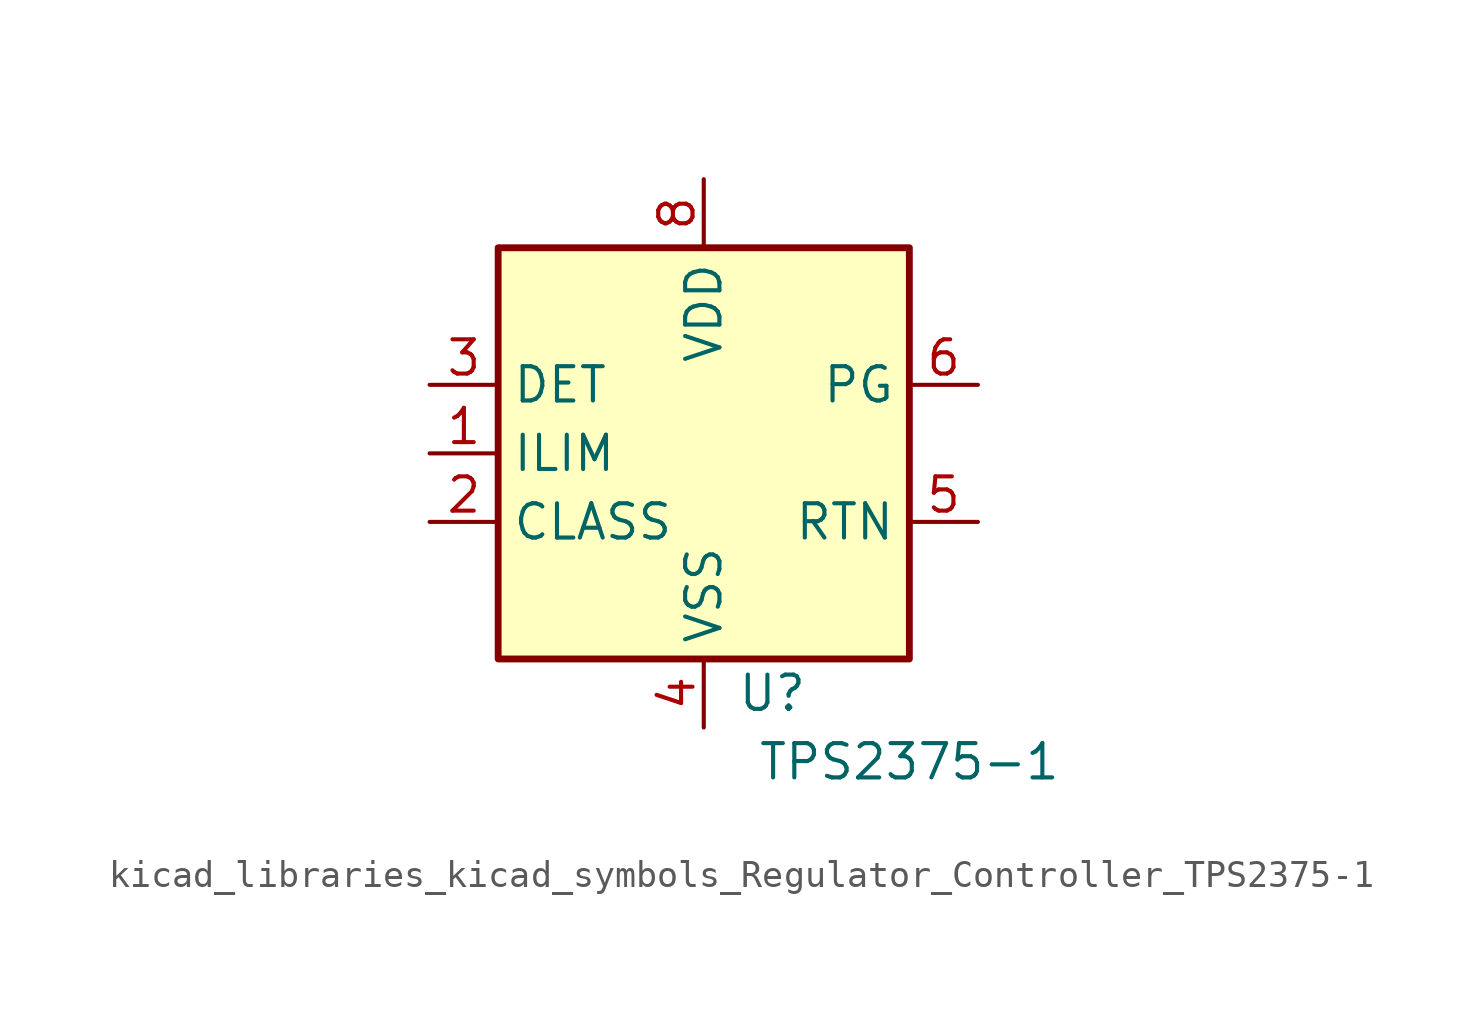
<source format=kicad_sym>
(kicad_symbol_lib
  (version 20220914)
  (generator kicad_symbol_editor)
  (symbol "kicad_libraries_kicad_symbols_Regulator_Controller_TPS2375-1"
    (property "Reference" "U"
      (at 2.54 -8.89 0)
      (effects (font (size 1.27 1.27))))
    (property "Value" "TPS2375-1"
      (at 7.62 -11.43 0)
      (effects (font (size 1.27 1.27))))
    (symbol "kicad_libraries_kicad_symbols_Regulator_Controller_TPS2375-1_0_1"
      (rectangle (start -7.62 7.62) (end 7.62 -7.62) (stroke (width 0.254) (type default)) (fill (type background))))
    (symbol "kicad_libraries_kicad_symbols_Regulator_Controller_TPS2375-1_1_1"
      (pin passive line (at -10.16 0 0) (length 2.54) (name "ILIM" (effects (font (size 1.27 1.27)))) (number "1" (effects (font (size 1.27 1.27)))))
      (pin passive line (at -10.16 -2.54 0) (length 2.54) (name "CLASS" (effects (font (size 1.27 1.27)))) (number "2" (effects (font (size 1.27 1.27)))))
      (pin passive line (at -10.16 2.54 0) (length 2.54) (name "DET" (effects (font (size 1.27 1.27)))) (number "3" (effects (font (size 1.27 1.27)))))
      (pin power_in line (at 0 -10.16 90) (length 2.54) (name "VSS" (effects (font (size 1.27 1.27)))) (number "4" (effects (font (size 1.27 1.27)))))
      (pin power_out line (at 10.16 -2.54 180) (length 2.54) (name "RTN" (effects (font (size 1.27 1.27)))) (number "5" (effects (font (size 1.27 1.27)))))
      (pin open_collector line (at 10.16 2.54 180) (length 2.54) (name "PG" (effects (font (size 1.27 1.27)))) (number "6" (effects (font (size 1.27 1.27)))))
      (pin no_connect line (at 7.62 0 180) (length 2.54) hide (name "NC" (effects (font (size 1.27 1.27)))) (number "7" (effects (font (size 1.27 1.27)))))
      (pin power_in line (at 0 10.16 270) (length 2.54) (name "VDD" (effects (font (size 1.27 1.27)))) (number "8" (effects (font (size 1.27 1.27))))))))
</source>
